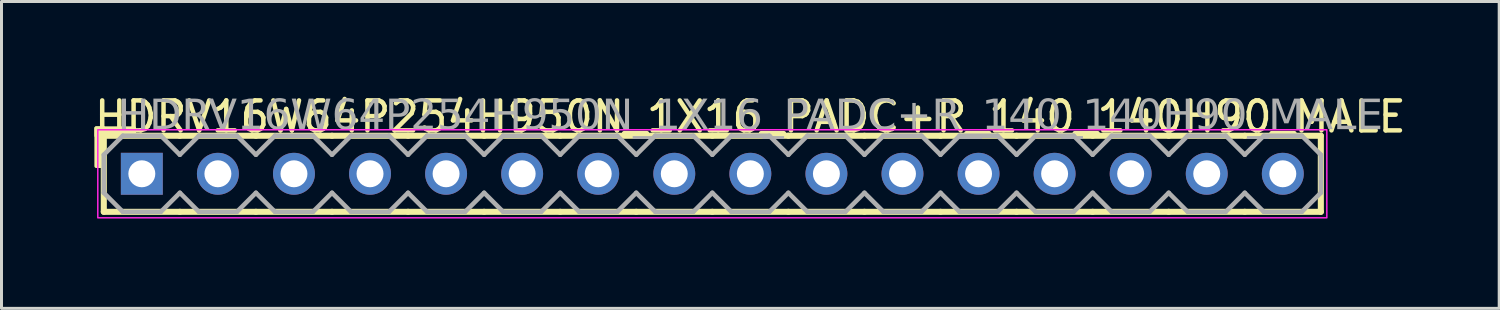
<source format=kicad_pcb>
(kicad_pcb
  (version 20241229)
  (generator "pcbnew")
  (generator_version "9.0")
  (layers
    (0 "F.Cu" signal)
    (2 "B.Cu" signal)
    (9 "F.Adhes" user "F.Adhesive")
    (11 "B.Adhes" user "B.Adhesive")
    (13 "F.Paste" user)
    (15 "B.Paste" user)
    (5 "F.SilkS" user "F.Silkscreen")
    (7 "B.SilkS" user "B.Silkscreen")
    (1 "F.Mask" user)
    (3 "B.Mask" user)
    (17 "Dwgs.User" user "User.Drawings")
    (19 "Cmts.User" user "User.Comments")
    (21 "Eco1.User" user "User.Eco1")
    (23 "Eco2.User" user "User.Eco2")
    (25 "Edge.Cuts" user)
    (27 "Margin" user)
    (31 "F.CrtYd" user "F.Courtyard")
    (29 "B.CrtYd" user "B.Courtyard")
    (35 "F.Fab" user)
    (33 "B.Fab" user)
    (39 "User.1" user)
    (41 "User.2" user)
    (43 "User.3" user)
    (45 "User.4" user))
  (footprint "HDRV16W64P254H950N_1X16_PADC+R_140_140H90_MALE"
    (layer "F.Cu")
    (at 20.736 2.753)
    (property "Reference" "HDRV16W64P254H950N_1X16_PADC+R_140_140H90_MALE" (at 1.27 -1.905 0) (layer "F.SilkS") (effects (font (size 1 1) (thickness 0.15))))
    (attr through_hole)
    (fp_line (start -20.32 1.27) (end -20.32 -1.27) (stroke (width 0.203) (type solid)) (layer "F.SilkS"))
    (fp_line (start -17.78 -1.27) (end -20.32 -1.27) (stroke (width 0.203) (type solid)) (layer "F.SilkS"))
    (fp_line (start -17.78 1.27) (end -20.32 1.27) (stroke (width 0.203) (type solid)) (layer "F.SilkS"))
    (fp_line (start -15.24 -1.27) (end -17.78 -1.27) (stroke (width 0.203) (type solid)) (layer "F.SilkS"))
    (fp_line (start -15.24 1.27) (end -17.78 1.27) (stroke (width 0.203) (type solid)) (layer "F.SilkS"))
    (fp_line (start -12.7 -1.27) (end -15.24 -1.27) (stroke (width 0.203) (type solid)) (layer "F.SilkS"))
    (fp_line (start -12.7 1.27) (end -15.24 1.27) (stroke (width 0.203) (type solid)) (layer "F.SilkS"))
    (fp_line (start -10.16 -1.27) (end -12.7 -1.27) (stroke (width 0.203) (type solid)) (layer "F.SilkS"))
    (fp_line (start -10.16 1.27) (end -12.7 1.27) (stroke (width 0.203) (type solid)) (layer "F.SilkS"))
    (fp_line (start -7.62 -1.27) (end -10.16 -1.27) (stroke (width 0.203) (type solid)) (layer "F.SilkS"))
    (fp_line (start -7.62 1.27) (end -10.16 1.27) (stroke (width 0.203) (type solid)) (layer "F.SilkS"))
    (fp_line (start -5.08 -1.27) (end -7.62 -1.27) (stroke (width 0.203) (type solid)) (layer "F.SilkS"))
    (fp_line (start -5.08 1.27) (end -7.62 1.27) (stroke (width 0.203) (type solid)) (layer "F.SilkS"))
    (fp_line (start -2.54 -1.27) (end -5.08 -1.27) (stroke (width 0.203) (type solid)) (layer "F.SilkS"))
    (fp_line (start -2.54 1.27) (end -5.08 1.27) (stroke (width 0.203) (type solid)) (layer "F.SilkS"))
    (fp_line (start 0 -1.27) (end -2.54 -1.27) (stroke (width 0.203) (type solid)) (layer "F.SilkS"))
    (fp_line (start 0 1.27) (end -2.54 1.27) (stroke (width 0.203) (type solid)) (layer "F.SilkS"))
    (fp_line (start 2.54 -1.27) (end 0 -1.27) (stroke (width 0.203) (type solid)) (layer "F.SilkS"))
    (fp_line (start 2.54 1.27) (end 0 1.27) (stroke (width 0.203) (type solid)) (layer "F.SilkS"))
    (fp_line (start 5.08 -1.27) (end 2.54 -1.27) (stroke (width 0.203) (type solid)) (layer "F.SilkS"))
    (fp_line (start 5.08 1.27) (end 2.54 1.27) (stroke (width 0.203) (type solid)) (layer "F.SilkS"))
    (fp_line (start 7.62 -1.27) (end 5.08 -1.27) (stroke (width 0.203) (type solid)) (layer "F.SilkS"))
    (fp_line (start 7.62 1.27) (end 5.08 1.27) (stroke (width 0.203) (type solid)) (layer "F.SilkS"))
    (fp_line (start 10.16 -1.27) (end 7.62 -1.27) (stroke (width 0.203) (type solid)) (layer "F.SilkS"))
    (fp_line (start 10.16 1.27) (end 7.62 1.27) (stroke (width 0.203) (type solid)) (layer "F.SilkS"))
    (fp_line (start 12.7 -1.27) (end 10.16 -1.27) (stroke (width 0.203) (type solid)) (layer "F.SilkS"))
    (fp_line (start 12.7 1.27) (end 10.16 1.27) (stroke (width 0.203) (type solid)) (layer "F.SilkS"))
    (fp_line (start 15.24 -1.27) (end 12.7 -1.27) (stroke (width 0.203) (type solid)) (layer "F.SilkS"))
    (fp_line (start 15.24 1.27) (end 12.7 1.27) (stroke (width 0.203) (type solid)) (layer "F.SilkS"))
    (fp_line (start 17.78 -1.27) (end 15.24 -1.27) (stroke (width 0.203) (type solid)) (layer "F.SilkS"))
    (fp_line (start 17.78 1.27) (end 15.24 1.27) (stroke (width 0.203) (type solid)) (layer "F.SilkS"))
    (fp_line (start 20.32 -1.27) (end 17.78 -1.27) (stroke (width 0.203) (type solid)) (layer "F.SilkS"))
    (fp_line (start 20.32 1.27) (end 17.78 1.27) (stroke (width 0.203) (type solid)) (layer "F.SilkS"))
    (fp_line (start 20.32 1.27) (end 20.32 -1.27) (stroke (width 0.203) (type solid)) (layer "F.SilkS"))
    (fp_rect (start -20.574 -0.254) (end -20.32 -1.524) (stroke (width 0.12) (type solid)) (fill yes) (layer "F.SilkS"))
    (fp_rect (start -19.304 -1.27) (end -20.574 -1.524) (stroke (width 0.12) (type solid)) (fill yes) (layer "F.SilkS"))
    (fp_rect (start -20.52 -1.47) (end 20.52 1.47) (stroke (width 0.05) (type default)) (fill no) (layer "F.CrtYd"))
    (fp_line (start -20.32 -0.635) (end -20.32 0.635) (stroke (width 0.152) (type solid)) (layer "F.Fab"))
    (fp_line (start -20.32 -0.635) (end -19.685 -1.27) (stroke (width 0.152) (type solid)) (layer "F.Fab"))
    (fp_line (start -19.685 -1.27) (end -18.415 -1.27) (stroke (width 0.152) (type solid)) (layer "F.Fab"))
    (fp_line (start -19.685 1.27) (end -20.32 0.635) (stroke (width 0.152) (type solid)) (layer "F.Fab"))
    (fp_line (start -18.415 -1.27) (end -17.78 -0.635) (stroke (width 0.152) (type solid)) (layer "F.Fab"))
    (fp_line (start -18.415 1.27) (end -19.685 1.27) (stroke (width 0.152) (type solid)) (layer "F.Fab"))
    (fp_line (start -17.78 -0.635) (end -17.145 -1.27) (stroke (width 0.152) (type solid)) (layer "F.Fab"))
    (fp_line (start -17.78 0.635) (end -18.415 1.27) (stroke (width 0.152) (type solid)) (layer "F.Fab"))
    (fp_line (start -17.145 -1.27) (end -15.875 -1.27) (stroke (width 0.152) (type solid)) (layer "F.Fab"))
    (fp_line (start -17.145 1.27) (end -17.78 0.635) (stroke (width 0.152) (type solid)) (layer "F.Fab"))
    (fp_line (start -15.875 -1.27) (end -15.24 -0.635) (stroke (width 0.152) (type solid)) (layer "F.Fab"))
    (fp_line (start -15.875 1.27) (end -17.145 1.27) (stroke (width 0.152) (type solid)) (layer "F.Fab"))
    (fp_line (start -15.24 -0.635) (end -14.605 -1.27) (stroke (width 0.152) (type solid)) (layer "F.Fab"))
    (fp_line (start -15.24 0.635) (end -15.875 1.27) (stroke (width 0.152) (type solid)) (layer "F.Fab"))
    (fp_line (start -14.605 -1.27) (end -13.335 -1.27) (stroke (width 0.152) (type solid)) (layer "F.Fab"))
    (fp_line (start -14.605 1.27) (end -15.24 0.635) (stroke (width 0.152) (type solid)) (layer "F.Fab"))
    (fp_line (start -13.335 -1.27) (end -12.7 -0.635) (stroke (width 0.152) (type solid)) (layer "F.Fab"))
    (fp_line (start -13.335 1.27) (end -14.605 1.27) (stroke (width 0.152) (type solid)) (layer "F.Fab"))
    (fp_line (start -12.7 -0.635) (end -12.065 -1.27) (stroke (width 0.152) (type solid)) (layer "F.Fab"))
    (fp_line (start -12.7 0.635) (end -13.335 1.27) (stroke (width 0.152) (type solid)) (layer "F.Fab"))
    (fp_line (start -12.065 -1.27) (end -10.795 -1.27) (stroke (width 0.152) (type solid)) (layer "F.Fab"))
    (fp_line (start -12.065 1.27) (end -12.7 0.635) (stroke (width 0.152) (type solid)) (layer "F.Fab"))
    (fp_line (start -10.795 -1.27) (end -10.16 -0.635) (stroke (width 0.152) (type solid)) (layer "F.Fab"))
    (fp_line (start -10.795 1.27) (end -12.065 1.27) (stroke (width 0.152) (type solid)) (layer "F.Fab"))
    (fp_line (start -10.16 -0.635) (end -9.525 -1.27) (stroke (width 0.152) (type solid)) (layer "F.Fab"))
    (fp_line (start -10.16 0.635) (end -10.795 1.27) (stroke (width 0.152) (type solid)) (layer "F.Fab"))
    (fp_line (start -9.525 -1.27) (end -8.255 -1.27) (stroke (width 0.152) (type solid)) (layer "F.Fab"))
    (fp_line (start -9.525 1.27) (end -10.16 0.635) (stroke (width 0.152) (type solid)) (layer "F.Fab"))
    (fp_line (start -8.255 -1.27) (end -7.62 -0.635) (stroke (width 0.152) (type solid)) (layer "F.Fab"))
    (fp_line (start -8.255 1.27) (end -9.525 1.27) (stroke (width 0.152) (type solid)) (layer "F.Fab"))
    (fp_line (start -7.62 -0.635) (end -6.985 -1.27) (stroke (width 0.152) (type solid)) (layer "F.Fab"))
    (fp_line (start -7.62 0.635) (end -8.255 1.27) (stroke (width 0.152) (type solid)) (layer "F.Fab"))
    (fp_line (start -6.985 -1.27) (end -5.715 -1.27) (stroke (width 0.152) (type solid)) (layer "F.Fab"))
    (fp_line (start -6.985 1.27) (end -7.62 0.635) (stroke (width 0.152) (type solid)) (layer "F.Fab"))
    (fp_line (start -5.715 -1.27) (end -5.08 -0.635) (stroke (width 0.152) (type solid)) (layer "F.Fab"))
    (fp_line (start -5.715 1.27) (end -6.985 1.27) (stroke (width 0.152) (type solid)) (layer "F.Fab"))
    (fp_line (start -5.08 -0.635) (end -4.445 -1.27) (stroke (width 0.152) (type solid)) (layer "F.Fab"))
    (fp_line (start -5.08 0.635) (end -5.715 1.27) (stroke (width 0.152) (type solid)) (layer "F.Fab"))
    (fp_line (start -4.445 -1.27) (end -3.175 -1.27) (stroke (width 0.152) (type solid)) (layer "F.Fab"))
    (fp_line (start -4.445 1.27) (end -5.08 0.635) (stroke (width 0.152) (type solid)) (layer "F.Fab"))
    (fp_line (start -3.175 -1.27) (end -2.54 -0.635) (stroke (width 0.152) (type solid)) (layer "F.Fab"))
    (fp_line (start -3.175 1.27) (end -4.445 1.27) (stroke (width 0.152) (type solid)) (layer "F.Fab"))
    (fp_line (start -2.54 -0.635) (end -1.905 -1.27) (stroke (width 0.152) (type solid)) (layer "F.Fab"))
    (fp_line (start -2.54 0.635) (end -3.175 1.27) (stroke (width 0.152) (type solid)) (layer "F.Fab"))
    (fp_line (start -1.905 -1.27) (end -0.635 -1.27) (stroke (width 0.152) (type solid)) (layer "F.Fab"))
    (fp_line (start -1.905 1.27) (end -2.54 0.635) (stroke (width 0.152) (type solid)) (layer "F.Fab"))
    (fp_line (start -0.635 -1.27) (end 0 -0.635) (stroke (width 0.152) (type solid)) (layer "F.Fab"))
    (fp_line (start -0.635 1.27) (end -1.905 1.27) (stroke (width 0.152) (type solid)) (layer "F.Fab"))
    (fp_line (start 0 -0.635) (end 0.635 -1.27) (stroke (width 0.152) (type solid)) (layer "F.Fab"))
    (fp_line (start 0 0.635) (end -0.635 1.27) (stroke (width 0.152) (type solid)) (layer "F.Fab"))
    (fp_line (start 0.635 -1.27) (end 1.905 -1.27) (stroke (width 0.152) (type solid)) (layer "F.Fab"))
    (fp_line (start 0.635 1.27) (end 0 0.635) (stroke (width 0.152) (type solid)) (layer "F.Fab"))
    (fp_line (start 1.905 -1.27) (end 2.54 -0.635) (stroke (width 0.152) (type solid)) (layer "F.Fab"))
    (fp_line (start 1.905 1.27) (end 0.635 1.27) (stroke (width 0.152) (type solid)) (layer "F.Fab"))
    (fp_line (start 2.54 -0.635) (end 3.175 -1.27) (stroke (width 0.152) (type solid)) (layer "F.Fab"))
    (fp_line (start 2.54 0.635) (end 1.905 1.27) (stroke (width 0.152) (type solid)) (layer "F.Fab"))
    (fp_line (start 3.175 -1.27) (end 4.445 -1.27) (stroke (width 0.152) (type solid)) (layer "F.Fab"))
    (fp_line (start 3.175 1.27) (end 2.54 0.635) (stroke (width 0.152) (type solid)) (layer "F.Fab"))
    (fp_line (start 4.445 -1.27) (end 5.08 -0.635) (stroke (width 0.152) (type solid)) (layer "F.Fab"))
    (fp_line (start 4.445 1.27) (end 3.175 1.27) (stroke (width 0.152) (type solid)) (layer "F.Fab"))
    (fp_line (start 5.08 -0.635) (end 5.715 -1.27) (stroke (width 0.152) (type solid)) (layer "F.Fab"))
    (fp_line (start 5.08 0.635) (end 4.445 1.27) (stroke (width 0.152) (type solid)) (layer "F.Fab"))
    (fp_line (start 5.715 -1.27) (end 6.985 -1.27) (stroke (width 0.152) (type solid)) (layer "F.Fab"))
    (fp_line (start 5.715 1.27) (end 5.08 0.635) (stroke (width 0.152) (type solid)) (layer "F.Fab"))
    (fp_line (start 6.985 -1.27) (end 7.62 -0.635) (stroke (width 0.152) (type solid)) (layer "F.Fab"))
    (fp_line (start 6.985 1.27) (end 5.715 1.27) (stroke (width 0.152) (type solid)) (layer "F.Fab"))
    (fp_line (start 7.62 -0.635) (end 8.255 -1.27) (stroke (width 0.152) (type solid)) (layer "F.Fab"))
    (fp_line (start 7.62 0.635) (end 6.985 1.27) (stroke (width 0.152) (type solid)) (layer "F.Fab"))
    (fp_line (start 8.255 -1.27) (end 9.525 -1.27) (stroke (width 0.152) (type solid)) (layer "F.Fab"))
    (fp_line (start 8.255 1.27) (end 7.62 0.635) (stroke (width 0.152) (type solid)) (layer "F.Fab"))
    (fp_line (start 9.525 -1.27) (end 10.16 -0.635) (stroke (width 0.152) (type solid)) (layer "F.Fab"))
    (fp_line (start 9.525 1.27) (end 8.255 1.27) (stroke (width 0.152) (type solid)) (layer "F.Fab"))
    (fp_line (start 10.16 -0.635) (end 10.795 -1.27) (stroke (width 0.152) (type solid)) (layer "F.Fab"))
    (fp_line (start 10.16 0.635) (end 9.525 1.27) (stroke (width 0.152) (type solid)) (layer "F.Fab"))
    (fp_line (start 10.795 -1.27) (end 12.065 -1.27) (stroke (width 0.152) (type solid)) (layer "F.Fab"))
    (fp_line (start 10.795 1.27) (end 10.16 0.635) (stroke (width 0.152) (type solid)) (layer "F.Fab"))
    (fp_line (start 12.065 -1.27) (end 12.7 -0.635) (stroke (width 0.152) (type solid)) (layer "F.Fab"))
    (fp_line (start 12.065 1.27) (end 10.795 1.27) (stroke (width 0.152) (type solid)) (layer "F.Fab"))
    (fp_line (start 12.7 -0.635) (end 13.335 -1.27) (stroke (width 0.152) (type solid)) (layer "F.Fab"))
    (fp_line (start 12.7 0.635) (end 12.065 1.27) (stroke (width 0.152) (type solid)) (layer "F.Fab"))
    (fp_line (start 13.335 -1.27) (end 14.605 -1.27) (stroke (width 0.152) (type solid)) (layer "F.Fab"))
    (fp_line (start 13.335 1.27) (end 12.7 0.635) (stroke (width 0.152) (type solid)) (layer "F.Fab"))
    (fp_line (start 14.605 -1.27) (end 15.24 -0.635) (stroke (width 0.152) (type solid)) (layer "F.Fab"))
    (fp_line (start 14.605 1.27) (end 13.335 1.27) (stroke (width 0.152) (type solid)) (layer "F.Fab"))
    (fp_line (start 15.24 -0.635) (end 15.875 -1.27) (stroke (width 0.152) (type solid)) (layer "F.Fab"))
    (fp_line (start 15.24 0.635) (end 14.605 1.27) (stroke (width 0.152) (type solid)) (layer "F.Fab"))
    (fp_line (start 15.875 -1.27) (end 17.145 -1.27) (stroke (width 0.152) (type solid)) (layer "F.Fab"))
    (fp_line (start 15.875 1.27) (end 15.24 0.635) (stroke (width 0.152) (type solid)) (layer "F.Fab"))
    (fp_line (start 17.145 -1.27) (end 17.78 -0.635) (stroke (width 0.152) (type solid)) (layer "F.Fab"))
    (fp_line (start 17.145 1.27) (end 15.875 1.27) (stroke (width 0.152) (type solid)) (layer "F.Fab"))
    (fp_line (start 17.78 -0.635) (end 18.415 -1.27) (stroke (width 0.152) (type solid)) (layer "F.Fab"))
    (fp_line (start 17.78 0.635) (end 17.145 1.27) (stroke (width 0.152) (type solid)) (layer "F.Fab"))
    (fp_line (start 18.415 -1.27) (end 19.685 -1.27) (stroke (width 0.152) (type solid)) (layer "F.Fab"))
    (fp_line (start 18.415 1.27) (end 17.78 0.635) (stroke (width 0.152) (type solid)) (layer "F.Fab"))
    (fp_line (start 19.685 -1.27) (end 20.32 -0.635) (stroke (width 0.152) (type solid)) (layer "F.Fab"))
    (fp_line (start 19.685 1.27) (end 18.415 1.27) (stroke (width 0.152) (type solid)) (layer "F.Fab"))
    (fp_line (start 20.32 -0.635) (end 20.32 0.635) (stroke (width 0.152) (type solid)) (layer "F.Fab"))
    (fp_line (start 20.32 0.635) (end 19.685 1.27) (stroke (width 0.152) (type solid)) (layer "F.Fab"))
    (fp_rect (start -18.796 -0.254) (end -19.304 0.254) (stroke (width 0.152) (type solid)) (fill no) (layer "F.Fab"))
    (fp_rect (start -16.256 -0.254) (end -16.764 0.254) (stroke (width 0.152) (type solid)) (fill no) (layer "F.Fab"))
    (fp_rect (start -13.716 -0.254) (end -14.224 0.254) (stroke (width 0.152) (type solid)) (fill no) (layer "F.Fab"))
    (fp_rect (start -11.176 -0.254) (end -11.684 0.254) (stroke (width 0.152) (type solid)) (fill no) (layer "F.Fab"))
    (fp_rect (start -8.636 -0.254) (end -9.144 0.254) (stroke (width 0.152) (type solid)) (fill no) (layer "F.Fab"))
    (fp_rect (start -6.096 -0.254) (end -6.604 0.254) (stroke (width 0.152) (type solid)) (fill no) (layer "F.Fab"))
    (fp_rect (start -3.556 -0.254) (end -4.064 0.254) (stroke (width 0.152) (type solid)) (fill no) (layer "F.Fab"))
    (fp_rect (start -1.016 -0.254) (end -1.524 0.254) (stroke (width 0.152) (type solid)) (fill no) (layer "F.Fab"))
    (fp_rect (start 1.524 -0.254) (end 1.016 0.254) (stroke (width 0.152) (type solid)) (fill no) (layer "F.Fab"))
    (fp_rect (start 4.064 -0.254) (end 3.556 0.254) (stroke (width 0.152) (type solid)) (fill no) (layer "F.Fab"))
    (fp_rect (start 6.604 -0.254) (end 6.096 0.254) (stroke (width 0.152) (type solid)) (fill no) (layer "F.Fab"))
    (fp_rect (start 9.144 -0.254) (end 8.636 0.254) (stroke (width 0.152) (type solid)) (fill no) (layer "F.Fab"))
    (fp_rect (start 11.684 -0.254) (end 11.176 0.254) (stroke (width 0.152) (type solid)) (fill no) (layer "F.Fab"))
    (fp_rect (start 14.224 -0.254) (end 13.716 0.254) (stroke (width 0.152) (type solid)) (fill no) (layer "F.Fab"))
    (fp_rect (start 16.764 -0.254) (end 16.256 0.254) (stroke (width 0.152) (type solid)) (fill no) (layer "F.Fab"))
    (fp_rect (start 19.304 -0.254) (end 18.796 0.254) (stroke (width 0.152) (type solid)) (fill no) (layer "F.Fab"))
    (fp_text user "${REFERENCE}" (at 1.27 -1.905 0) (layer "F.Fab") (effects (font (face "Tahoma") (size 1 1) (thickness 0.15))))
    (pad "1" thru_hole rect (at -19.05 0) (size 1.4 1.4) (drill 0.9) (layers "*.Cu" "*.Mask"))
    (pad "2" thru_hole circle (at -16.51 0) (size 1.4 1.4) (drill 0.9) (layers "*.Cu" "*.Mask"))
    (pad "3" thru_hole circle (at -13.97 0) (size 1.4 1.4) (drill 0.9) (layers "*.Cu" "*.Mask"))
    (pad "4" thru_hole circle (at -11.43 0) (size 1.4 1.4) (drill 0.9) (layers "*.Cu" "*.Mask"))
    (pad "5" thru_hole circle (at -8.89 0) (size 1.4 1.4) (drill 0.9) (layers "*.Cu" "*.Mask"))
    (pad "6" thru_hole circle (at -6.35 0) (size 1.4 1.4) (drill 0.9) (layers "*.Cu" "*.Mask"))
    (pad "7" thru_hole circle (at -3.81 0) (size 1.4 1.4) (drill 0.9) (layers "*.Cu" "*.Mask"))
    (pad "8" thru_hole circle (at -1.27 0) (size 1.4 1.4) (drill 0.9) (layers "*.Cu" "*.Mask"))
    (pad "9" thru_hole circle (at 1.27 0) (size 1.4 1.4) (drill 0.9) (layers "*.Cu" "*.Mask"))
    (pad "10" thru_hole circle (at 3.81 0) (size 1.4 1.4) (drill 0.9) (layers "*.Cu" "*.Mask"))
    (pad "11" thru_hole circle (at 6.35 0) (size 1.4 1.4) (drill 0.9) (layers "*.Cu" "*.Mask"))
    (pad "12" thru_hole circle (at 8.89 0) (size 1.4 1.4) (drill 0.9) (layers "*.Cu" "*.Mask"))
    (pad "13" thru_hole circle (at 11.43 0) (size 1.4 1.4) (drill 0.9) (layers "*.Cu" "*.Mask"))
    (pad "14" thru_hole circle (at 13.97 0) (size 1.4 1.4) (drill 0.9) (layers "*.Cu" "*.Mask"))
    (pad "15" thru_hole circle (at 16.51 0) (size 1.4 1.4) (drill 0.9) (layers "*.Cu" "*.Mask"))
    (pad "16" thru_hole circle (at 19.05 0) (size 1.4 1.4) (drill 0.9) (layers "*.Cu" "*.Mask")))
  (gr_rect
    (start -3 -3)
    (end 47.012 7.248)
    (stroke (width 0.1) (type default))
    (fill no)
    (layer "Edge.Cuts")))
</source>
